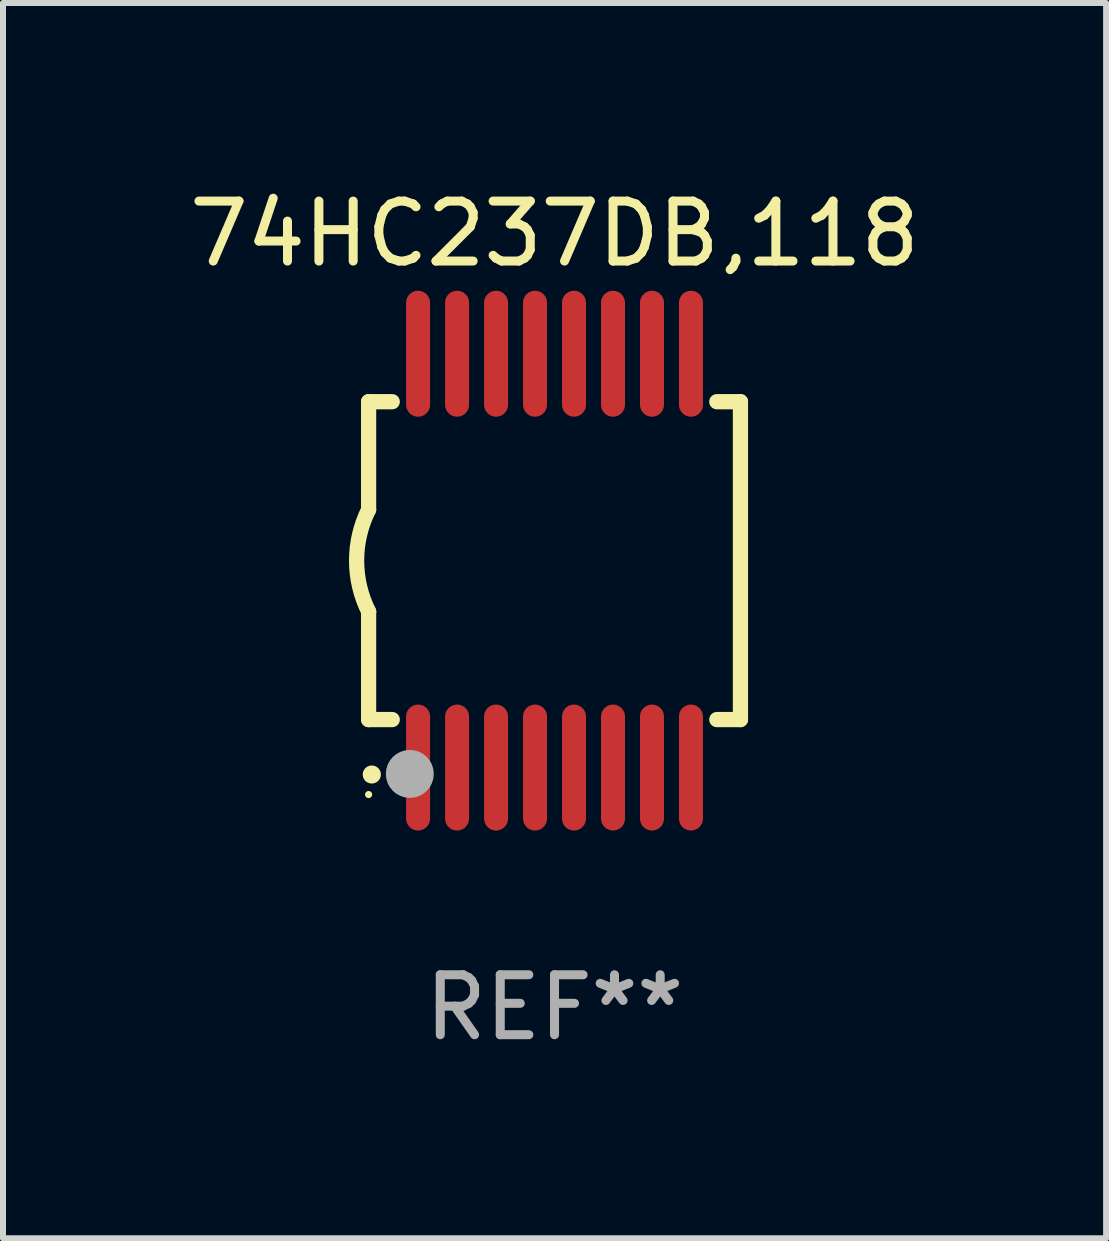
<source format=kicad_pcb>
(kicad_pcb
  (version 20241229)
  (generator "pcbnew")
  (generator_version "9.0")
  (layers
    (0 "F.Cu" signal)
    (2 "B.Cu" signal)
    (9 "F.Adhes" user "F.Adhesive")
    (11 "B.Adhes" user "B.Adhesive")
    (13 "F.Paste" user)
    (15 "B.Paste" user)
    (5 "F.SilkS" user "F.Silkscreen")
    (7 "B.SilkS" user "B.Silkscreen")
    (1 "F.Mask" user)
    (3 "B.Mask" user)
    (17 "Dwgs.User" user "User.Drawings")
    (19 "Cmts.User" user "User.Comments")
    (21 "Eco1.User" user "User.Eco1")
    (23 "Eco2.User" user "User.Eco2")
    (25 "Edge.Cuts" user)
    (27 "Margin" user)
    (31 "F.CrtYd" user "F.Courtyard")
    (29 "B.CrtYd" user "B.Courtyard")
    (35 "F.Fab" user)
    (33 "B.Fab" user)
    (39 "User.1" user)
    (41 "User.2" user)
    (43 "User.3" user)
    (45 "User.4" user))
  (footprint "74HC237DB,118"
    (layer "F.Cu")
    (at 6.196 6.298)
    (property "Reference" "74HC237DB,118" (at 0 -5.45 0) (layer "F.SilkS") (effects (font (size 1 1) (thickness 0.15))))
    (attr through_hole)
    (fp_line (start -3.1 -2.65) (end -3.1 -0.85) (stroke (width 0.254) (type solid)) (layer "F.SilkS"))
    (fp_line (start -3.1 -2.65) (end -2.706 -2.65) (stroke (width 0.254) (type solid)) (layer "F.SilkS"))
    (fp_line (start -3.1 2.65) (end -3.1 0.85) (stroke (width 0.254) (type solid)) (layer "F.SilkS"))
    (fp_line (start -3.1 2.65) (end -2.706 2.65) (stroke (width 0.254) (type solid)) (layer "F.SilkS"))
    (fp_line (start 2.706 -2.65) (end 3.1 -2.65) (stroke (width 0.254) (type solid)) (layer "F.SilkS"))
    (fp_line (start 2.706 2.65) (end 3.1 2.65) (stroke (width 0.254) (type solid)) (layer "F.SilkS"))
    (fp_line (start 3.1 -2.65) (end 3.1 2.65) (stroke (width 0.254) (type solid)) (layer "F.SilkS"))
    (fp_arc (start -3.098907 0.850902) (mid -3.300057 0.000523) (end -3.1 -0.850114) (stroke (width 0.254001) (type solid)) (layer "F.SilkS"))
    (fp_arc (start -3.048006 3.566066) (mid -3.046736 3.566061) (end -3.045466 3.566066) (stroke (width 0.3) (type solid)) (layer "F.SilkS"))
    (fp_circle (center -3.1 3.9) (end -3.07 3.9) (stroke (width 0.06) (type solid)) (fill no) (layer "F.SilkS"))
    (fp_circle (center -2.413 3.556) (end -2.213 3.556) (stroke (width 0.4) (type solid)) (fill no) (layer "F.Fab"))
    (fp_text user "REF**" (at 0 7.45 0) (layer "F.Fab") (effects (font (size 1 1) (thickness 0.15))))
    (pad "1" smd oval (at -2.275 3.45 180) (size 0.4 2.1) (layers "F.Cu" "F.Mask" "F.Paste"))
    (pad "2" smd oval (at -1.625 3.45 180) (size 0.4 2.1) (layers "F.Cu" "F.Mask" "F.Paste"))
    (pad "3" smd oval (at -0.975 3.45 180) (size 0.4 2.1) (layers "F.Cu" "F.Mask" "F.Paste"))
    (pad "4" smd oval (at -0.325 3.45 180) (size 0.4 2.1) (layers "F.Cu" "F.Mask" "F.Paste"))
    (pad "5" smd oval (at 0.325 3.45 180) (size 0.4 2.1) (layers "F.Cu" "F.Mask" "F.Paste"))
    (pad "6" smd oval (at 0.975 3.45 180) (size 0.4 2.1) (layers "F.Cu" "F.Mask" "F.Paste"))
    (pad "7" smd oval (at 1.625 3.45 180) (size 0.4 2.1) (layers "F.Cu" "F.Mask" "F.Paste"))
    (pad "8" smd oval (at 2.275 3.45 180) (size 0.4 2.1) (layers "F.Cu" "F.Mask" "F.Paste"))
    (pad "9" smd oval (at 2.275 -3.45 180) (size 0.4 2.1) (layers "F.Cu" "F.Mask" "F.Paste"))
    (pad "10" smd oval (at 1.625 -3.45 180) (size 0.4 2.1) (layers "F.Cu" "F.Mask" "F.Paste"))
    (pad "11" smd oval (at 0.975 -3.45 180) (size 0.4 2.1) (layers "F.Cu" "F.Mask" "F.Paste"))
    (pad "12" smd oval (at 0.325 -3.45 180) (size 0.4 2.1) (layers "F.Cu" "F.Mask" "F.Paste"))
    (pad "13" smd oval (at -0.325 -3.45 180) (size 0.4 2.1) (layers "F.Cu" "F.Mask" "F.Paste"))
    (pad "14" smd oval (at -0.975 -3.45 180) (size 0.4 2.1) (layers "F.Cu" "F.Mask" "F.Paste"))
    (pad "15" smd oval (at -1.625 -3.45 180) (size 0.4 2.1) (layers "F.Cu" "F.Mask" "F.Paste"))
    (pad "16" smd oval (at -2.275 -3.45 180) (size 0.4 2.1) (layers "F.Cu" "F.Mask" "F.Paste")))
  (gr_rect
    (start -3 -3)
    (end 15.393 17.597)
    (stroke (width 0.1) (type default))
    (fill no)
    (layer "Edge.Cuts")))
</source>
